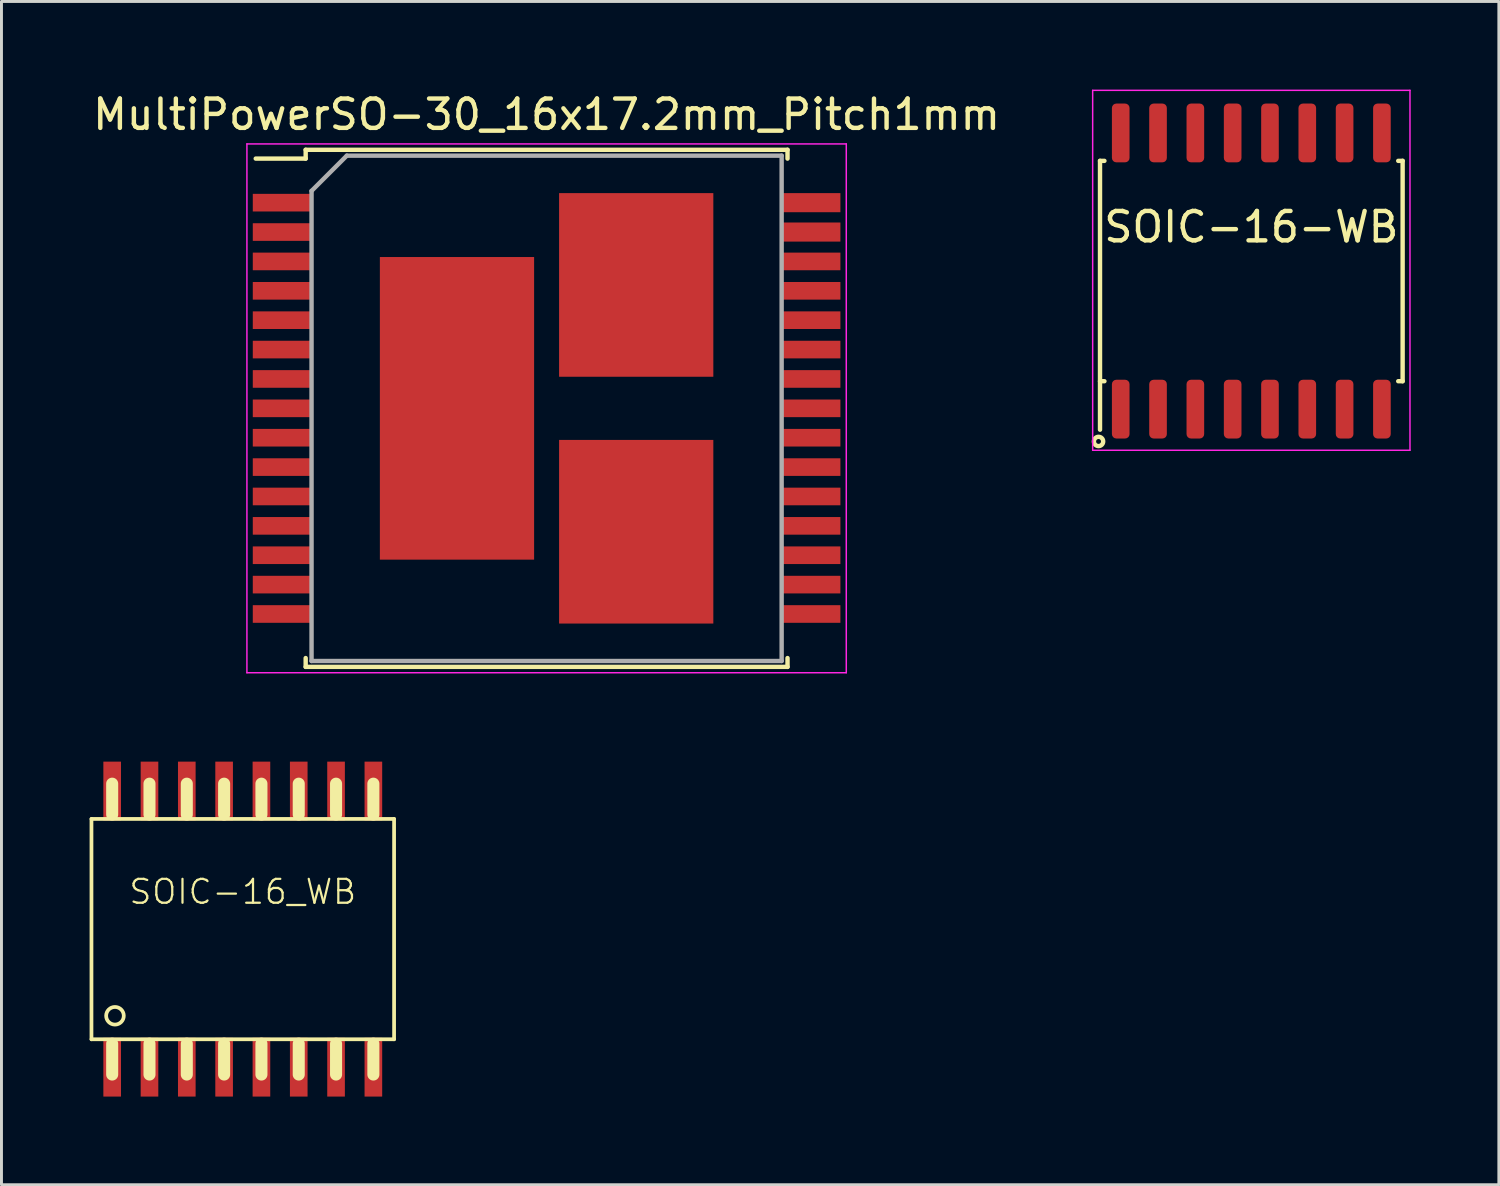
<source format=kicad_pcb>
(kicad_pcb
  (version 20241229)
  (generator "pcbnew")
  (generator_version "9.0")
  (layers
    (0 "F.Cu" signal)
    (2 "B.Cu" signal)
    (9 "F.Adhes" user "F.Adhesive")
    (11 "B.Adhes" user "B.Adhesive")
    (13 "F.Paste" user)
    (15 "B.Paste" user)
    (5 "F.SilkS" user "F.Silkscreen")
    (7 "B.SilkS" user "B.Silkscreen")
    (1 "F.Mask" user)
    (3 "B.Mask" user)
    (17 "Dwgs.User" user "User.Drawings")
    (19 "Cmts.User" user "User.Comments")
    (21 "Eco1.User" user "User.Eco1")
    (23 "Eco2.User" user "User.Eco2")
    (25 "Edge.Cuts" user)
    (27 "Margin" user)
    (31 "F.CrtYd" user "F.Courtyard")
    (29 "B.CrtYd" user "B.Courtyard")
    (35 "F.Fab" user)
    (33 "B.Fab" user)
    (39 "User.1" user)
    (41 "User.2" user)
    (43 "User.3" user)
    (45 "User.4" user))
  (footprint "SOIC-16-WB"
    (layer "F.Cu")
    (at 39.54 6.175)
    (property "Reference" "SOIC-16-WB" (at 0 -1.5 0) (layer "F.SilkS") (effects (font (size 1 1) (thickness 0.15))))
    (attr smd)
    (fp_line (start -5.15 -3.75) (end -5 -3.75) (stroke (width 0.15) (type solid)) (layer "F.SilkS"))
    (fp_line (start -5.15 5.4) (end -5.15 -3.75) (stroke (width 0.15) (type solid)) (layer "F.SilkS"))
    (fp_line (start -5 3.75) (end -5.15 3.75) (stroke (width 0.15) (type solid)) (layer "F.SilkS"))
    (fp_line (start 5.15 -3.75) (end 5 -3.75) (stroke (width 0.15) (type solid)) (layer "F.SilkS"))
    (fp_line (start 5.15 -3.75) (end 5.15 3.75) (stroke (width 0.15) (type solid)) (layer "F.SilkS"))
    (fp_line (start 5.15 3.75) (end 5 3.75) (stroke (width 0.15) (type solid)) (layer "F.SilkS"))
    (fp_circle (center -5.2 5.8) (end -5.25 5.65) (stroke (width 0.15) (type solid)) (fill no) (layer "F.SilkS"))
    (fp_line (start -5.4 -6.15) (end 5.4 -6.15) (stroke (width 0.05) (type solid)) (layer "F.CrtYd"))
    (fp_line (start -5.4 6.1) (end -5.4 -6.15) (stroke (width 0.05) (type solid)) (layer "F.CrtYd"))
    (fp_line (start -5.4 6.1) (end 5.4 6.1) (stroke (width 0.05) (type solid)) (layer "F.CrtYd"))
    (fp_line (start 5.4 6.1) (end 5.4 -6.15) (stroke (width 0.05) (type solid)) (layer "F.CrtYd"))
    (pad "1" smd roundrect (at -4.445 4.7) (size 0.6 2) (layers "F.Cu" "F.Mask" "F.Paste") (roundrect_rratio 0.25))
    (pad "2" smd roundrect (at -3.175 4.7) (size 0.6 2) (layers "F.Cu" "F.Mask" "F.Paste") (roundrect_rratio 0.25))
    (pad "3" smd roundrect (at -1.905 4.7) (size 0.6 2) (layers "F.Cu" "F.Mask" "F.Paste") (roundrect_rratio 0.25))
    (pad "4" smd roundrect (at -0.635 4.7) (size 0.6 2) (layers "F.Cu" "F.Mask" "F.Paste") (roundrect_rratio 0.25))
    (pad "5" smd roundrect (at 0.635 4.7) (size 0.6 2) (layers "F.Cu" "F.Mask" "F.Paste") (roundrect_rratio 0.25))
    (pad "6" smd roundrect (at 1.905 4.7) (size 0.6 2) (layers "F.Cu" "F.Mask" "F.Paste") (roundrect_rratio 0.25))
    (pad "7" smd roundrect (at 3.175 4.7) (size 0.6 2) (layers "F.Cu" "F.Mask" "F.Paste") (roundrect_rratio 0.25))
    (pad "8" smd roundrect (at 4.445 4.7) (size 0.6 2) (layers "F.Cu" "F.Mask" "F.Paste") (roundrect_rratio 0.25))
    (pad "9" smd roundrect (at 4.445 -4.7) (size 0.6 2) (layers "F.Cu" "F.Mask" "F.Paste") (roundrect_rratio 0.25))
    (pad "10" smd roundrect (at 3.175 -4.7) (size 0.6 2) (layers "F.Cu" "F.Mask" "F.Paste") (roundrect_rratio 0.25))
    (pad "11" smd roundrect (at 1.905 -4.7) (size 0.6 2) (layers "F.Cu" "F.Mask" "F.Paste") (roundrect_rratio 0.25))
    (pad "12" smd roundrect (at 0.635 -4.7) (size 0.6 2) (layers "F.Cu" "F.Mask" "F.Paste") (roundrect_rratio 0.25))
    (pad "13" smd roundrect (at -0.635 -4.7) (size 0.6 2) (layers "F.Cu" "F.Mask" "F.Paste") (roundrect_rratio 0.25))
    (pad "14" smd roundrect (at -1.905 -4.7) (size 0.6 2) (layers "F.Cu" "F.Mask" "F.Paste") (roundrect_rratio 0.25))
    (pad "15" smd roundrect (at -3.175 -4.7) (size 0.6 2) (layers "F.Cu" "F.Mask" "F.Paste") (roundrect_rratio 0.25))
    (pad "16" smd roundrect (at -4.445 -4.7) (size 0.6 2) (layers "F.Cu" "F.Mask" "F.Paste") (roundrect_rratio 0.25)))
  (footprint "MultiPowerSO-30_16x17.2mm_Pitch1mm"
    (layer "F.Cu")
    (at 15.554 10.848)
    (property "Reference" "MultiPowerSO-30_16x17.2mm_Pitch1mm" (at 0 -10 0) (layer "F.SilkS") (effects (font (size 1 1) (thickness 0.15))))
    (attr smd)
    (fp_line (start -8.2 -8.8) (end -8.2 -8.5) (stroke (width 0.15) (type solid)) (layer "F.SilkS"))
    (fp_line (start -8.2 -8.8) (end 8.2 -8.8) (stroke (width 0.15) (type solid)) (layer "F.SilkS"))
    (fp_line (start -8.2 -8.5) (end -9.9 -8.5) (stroke (width 0.15) (type solid)) (layer "F.SilkS"))
    (fp_line (start -8.2 8.8) (end -8.2 8.5) (stroke (width 0.15) (type solid)) (layer "F.SilkS"))
    (fp_line (start -8.2 8.8) (end 8.2 8.8) (stroke (width 0.15) (type solid)) (layer "F.SilkS"))
    (fp_line (start 8.2 -8.8) (end 8.2 -8.5) (stroke (width 0.15) (type solid)) (layer "F.SilkS"))
    (fp_line (start 8.2 8.8) (end 8.2 8.5) (stroke (width 0.15) (type solid)) (layer "F.SilkS"))
    (fp_line (start -10.2 -9) (end -10.2 9) (stroke (width 0.05) (type solid)) (layer "F.CrtYd"))
    (fp_line (start -10.2 -9) (end 10.2 -9) (stroke (width 0.05) (type solid)) (layer "F.CrtYd"))
    (fp_line (start -10.2 9) (end 10.2 9) (stroke (width 0.05) (type solid)) (layer "F.CrtYd"))
    (fp_line (start 10.2 -9) (end 10.2 9) (stroke (width 0.05) (type solid)) (layer "F.CrtYd"))
    (fp_line (start -8 -7.4) (end -8 8.6) (stroke (width 0.15) (type solid)) (layer "F.Fab"))
    (fp_line (start -8 -7.4) (end -6.8 -8.6) (stroke (width 0.15) (type solid)) (layer "F.Fab"))
    (fp_line (start -8 8.6) (end 8 8.6) (stroke (width 0.15) (type solid)) (layer "F.Fab"))
    (fp_line (start 8 -8.6) (end -6.8 -8.6) (stroke (width 0.15) (type solid)) (layer "F.Fab"))
    (fp_line (start 8 8.6) (end 8 -8.6) (stroke (width 0.15) (type solid)) (layer "F.Fab"))
    (pad "" smd rect (at -3.05 0) (size 5.25 10.3) (layers "F.Cu" "F.Mask" "F.Paste"))
    (pad "" smd rect (at 3.05 -4.2) (size 5.25 6.25) (layers "F.Cu" "F.Mask" "F.Paste"))
    (pad "" smd rect (at 3.05 4.2) (size 5.25 6.25) (layers "F.Cu" "F.Mask" "F.Paste"))
    (pad "1" smd rect (at -9 -7) (size 2 0.6) (layers "F.Cu" "F.Mask" "F.Paste"))
    (pad "2" smd rect (at -9 -6) (size 2 0.6) (layers "F.Cu" "F.Mask" "F.Paste"))
    (pad "3" smd rect (at -9 -5) (size 2 0.6) (layers "F.Cu" "F.Mask" "F.Paste"))
    (pad "4" smd rect (at -9 -4) (size 2 0.6) (layers "F.Cu" "F.Mask" "F.Paste"))
    (pad "5" smd rect (at -9 -3) (size 2 0.6) (layers "F.Cu" "F.Mask" "F.Paste"))
    (pad "6" smd rect (at -9 -2) (size 2 0.6) (layers "F.Cu" "F.Mask" "F.Paste"))
    (pad "7" smd rect (at -9 -1) (size 2 0.6) (layers "F.Cu" "F.Mask" "F.Paste"))
    (pad "8" smd rect (at -9 0) (size 2 0.6) (layers "F.Cu" "F.Mask" "F.Paste"))
    (pad "9" smd rect (at -9 1) (size 2 0.6) (layers "F.Cu" "F.Mask" "F.Paste"))
    (pad "10" smd rect (at -9 2) (size 2 0.6) (layers "F.Cu" "F.Mask" "F.Paste"))
    (pad "11" smd rect (at -9 3) (size 2 0.6) (layers "F.Cu" "F.Mask" "F.Paste"))
    (pad "12" smd rect (at -9 4) (size 2 0.6) (layers "F.Cu" "F.Mask" "F.Paste"))
    (pad "13" smd rect (at -9 5) (size 2 0.6) (layers "F.Cu" "F.Mask" "F.Paste"))
    (pad "14" smd rect (at -9 6) (size 2 0.6) (layers "F.Cu" "F.Mask" "F.Paste"))
    (pad "15" smd rect (at -9 7) (size 2 0.6) (layers "F.Cu" "F.Mask" "F.Paste"))
    (pad "16" smd rect (at 9 7) (size 2 0.6) (layers "F.Cu" "F.Mask" "F.Paste"))
    (pad "17" smd rect (at 9 6) (size 2 0.6) (layers "F.Cu" "F.Mask" "F.Paste"))
    (pad "18" smd rect (at 9 5) (size 2 0.6) (layers "F.Cu" "F.Mask" "F.Paste"))
    (pad "19" smd rect (at 9 4) (size 2 0.6) (layers "F.Cu" "F.Mask" "F.Paste"))
    (pad "20" smd rect (at 9 3) (size 2 0.6) (layers "F.Cu" "F.Mask" "F.Paste"))
    (pad "21" smd rect (at 9 2) (size 2 0.6) (layers "F.Cu" "F.Mask" "F.Paste"))
    (pad "22" smd rect (at 9 1) (size 2 0.6) (layers "F.Cu" "F.Mask" "F.Paste"))
    (pad "23" smd rect (at 9 0) (size 2 0.6) (layers "F.Cu" "F.Mask" "F.Paste"))
    (pad "24" smd rect (at 9 -1) (size 2 0.6) (layers "F.Cu" "F.Mask" "F.Paste"))
    (pad "25" smd rect (at 9 -2) (size 2 0.6) (layers "F.Cu" "F.Mask" "F.Paste"))
    (pad "26" smd rect (at 9 -3) (size 2 0.6) (layers "F.Cu" "F.Mask" "F.Paste"))
    (pad "27" smd rect (at 9 -4) (size 2 0.6) (layers "F.Cu" "F.Mask" "F.Paste"))
    (pad "28" smd rect (at 9 -5) (size 2 0.6) (layers "F.Cu" "F.Mask" "F.Paste"))
    (pad "29" smd rect (at 9 -6) (size 2 0.65) (layers "F.Cu" "F.Mask" "F.Paste"))
    (pad "30" smd rect (at 9 -7) (size 2 0.65) (layers "F.Cu" "F.Mask" "F.Paste")))
  (footprint "SOIC-16_WB"
    (layer "F.Cu")
    (at 5.213 28.573)
    (property "Reference" "SOIC-16_WB" (at 0 -1.27 0) (layer "F.SilkS") (effects (font (size 0.813 0.813) (thickness 0.076))))
    (attr through_hole)
    (fp_line (start -5.15 -3.75) (end 5.15 -3.75) (stroke (width 0.127) (type solid)) (layer "F.SilkS"))
    (fp_line (start -5.15 3.75) (end -5.15 -3.75) (stroke (width 0.127) (type solid)) (layer "F.SilkS"))
    (fp_line (start -4.445 -4.95) (end -4.445 -3.9) (stroke (width 0.41) (type solid)) (layer "F.SilkS"))
    (fp_line (start -4.445 3.9) (end -4.445 4.95) (stroke (width 0.41) (type solid)) (layer "F.SilkS"))
    (fp_line (start -3.175 -4.95) (end -3.175 -3.9) (stroke (width 0.41) (type solid)) (layer "F.SilkS"))
    (fp_line (start -3.175 3.9) (end -3.175 4.95) (stroke (width 0.41) (type solid)) (layer "F.SilkS"))
    (fp_line (start -1.905 -4.95) (end -1.905 -3.9) (stroke (width 0.41) (type solid)) (layer "F.SilkS"))
    (fp_line (start -1.905 3.9) (end -1.905 4.95) (stroke (width 0.41) (type solid)) (layer "F.SilkS"))
    (fp_line (start -0.635 -4.95) (end -0.635 -3.9) (stroke (width 0.41) (type solid)) (layer "F.SilkS"))
    (fp_line (start -0.635 3.9) (end -0.635 4.95) (stroke (width 0.41) (type solid)) (layer "F.SilkS"))
    (fp_line (start 0.635 -4.95) (end 0.635 -3.9) (stroke (width 0.41) (type solid)) (layer "F.SilkS"))
    (fp_line (start 0.635 3.9) (end 0.635 4.95) (stroke (width 0.41) (type solid)) (layer "F.SilkS"))
    (fp_line (start 1.905 -4.95) (end 1.905 -3.9) (stroke (width 0.41) (type solid)) (layer "F.SilkS"))
    (fp_line (start 1.905 3.9) (end 1.905 4.95) (stroke (width 0.41) (type solid)) (layer "F.SilkS"))
    (fp_line (start 3.175 -4.95) (end 3.175 -3.9) (stroke (width 0.41) (type solid)) (layer "F.SilkS"))
    (fp_line (start 3.175 3.9) (end 3.175 4.95) (stroke (width 0.41) (type solid)) (layer "F.SilkS"))
    (fp_line (start 4.445 -4.95) (end 4.445 -3.9) (stroke (width 0.41) (type solid)) (layer "F.SilkS"))
    (fp_line (start 4.445 3.9) (end 4.445 4.95) (stroke (width 0.41) (type solid)) (layer "F.SilkS"))
    (fp_line (start 5.15 -3.75) (end 5.15 3.75) (stroke (width 0.127) (type solid)) (layer "F.SilkS"))
    (fp_line (start 5.15 3.75) (end -5.15 3.75) (stroke (width 0.127) (type solid)) (layer "F.SilkS"))
    (fp_circle (center -4.35 2.95) (end -4.35 2.65) (stroke (width 0.127) (type solid)) (fill no) (layer "F.SilkS"))
    (pad "1" smd rect (at -4.445 4.7) (size 0.6 2) (layers "F.Cu" "F.Mask" "F.Paste"))
    (pad "2" smd rect (at -3.175 4.7) (size 0.6 2) (layers "F.Cu" "F.Mask" "F.Paste"))
    (pad "3" smd rect (at -1.905 4.7) (size 0.6 2) (layers "F.Cu" "F.Mask" "F.Paste"))
    (pad "4" smd rect (at -0.635 4.7) (size 0.6 2) (layers "F.Cu" "F.Mask" "F.Paste"))
    (pad "5" smd rect (at 0.635 4.7) (size 0.6 2) (layers "F.Cu" "F.Mask" "F.Paste"))
    (pad "6" smd rect (at 1.905 4.7) (size 0.6 2) (layers "F.Cu" "F.Mask" "F.Paste"))
    (pad "7" smd rect (at 3.175 4.7) (size 0.6 2) (layers "F.Cu" "F.Mask" "F.Paste"))
    (pad "8" smd rect (at 4.445 4.7) (size 0.6 2) (layers "F.Cu" "F.Mask" "F.Paste"))
    (pad "9" smd rect (at 4.445 -4.7) (size 0.6 2) (layers "F.Cu" "F.Mask" "F.Paste"))
    (pad "10" smd rect (at 3.175 -4.7) (size 0.6 2) (layers "F.Cu" "F.Mask" "F.Paste"))
    (pad "11" smd rect (at 1.905 -4.7) (size 0.6 2) (layers "F.Cu" "F.Mask" "F.Paste"))
    (pad "12" smd rect (at 0.635 -4.7) (size 0.6 2) (layers "F.Cu" "F.Mask" "F.Paste"))
    (pad "13" smd rect (at -0.635 -4.7) (size 0.6 2) (layers "F.Cu" "F.Mask" "F.Paste"))
    (pad "14" smd rect (at -1.905 -4.7) (size 0.6 2) (layers "F.Cu" "F.Mask" "F.Paste"))
    (pad "15" smd rect (at -3.175 -4.7) (size 0.6 2) (layers "F.Cu" "F.Mask" "F.Paste"))
    (pad "16" smd rect (at -4.445 -4.7) (size 0.6 2) (layers "F.Cu" "F.Mask" "F.Paste")))
  (gr_rect
    (start -3 -3)
    (end 47.965 37.273)
    (stroke (width 0.1) (type default))
    (fill no)
    (layer "Edge.Cuts")))
</source>
